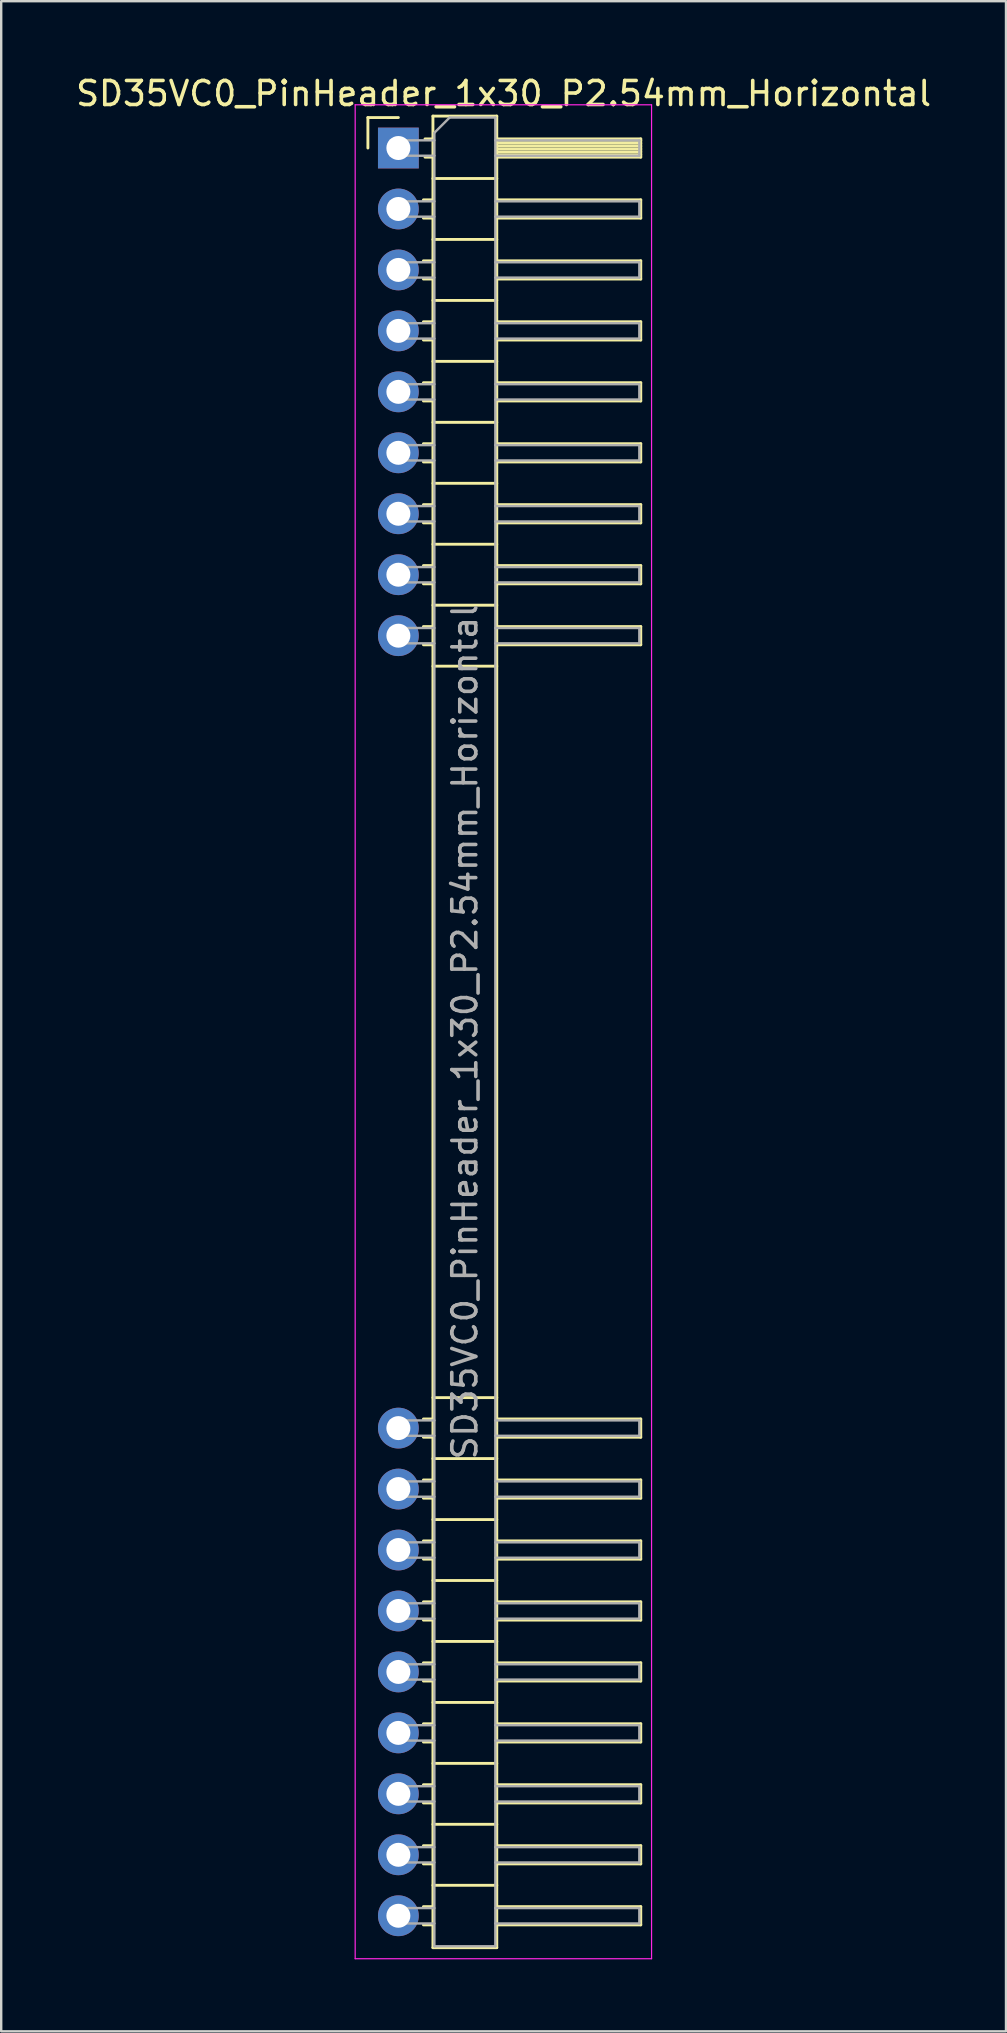
<source format=kicad_pcb>
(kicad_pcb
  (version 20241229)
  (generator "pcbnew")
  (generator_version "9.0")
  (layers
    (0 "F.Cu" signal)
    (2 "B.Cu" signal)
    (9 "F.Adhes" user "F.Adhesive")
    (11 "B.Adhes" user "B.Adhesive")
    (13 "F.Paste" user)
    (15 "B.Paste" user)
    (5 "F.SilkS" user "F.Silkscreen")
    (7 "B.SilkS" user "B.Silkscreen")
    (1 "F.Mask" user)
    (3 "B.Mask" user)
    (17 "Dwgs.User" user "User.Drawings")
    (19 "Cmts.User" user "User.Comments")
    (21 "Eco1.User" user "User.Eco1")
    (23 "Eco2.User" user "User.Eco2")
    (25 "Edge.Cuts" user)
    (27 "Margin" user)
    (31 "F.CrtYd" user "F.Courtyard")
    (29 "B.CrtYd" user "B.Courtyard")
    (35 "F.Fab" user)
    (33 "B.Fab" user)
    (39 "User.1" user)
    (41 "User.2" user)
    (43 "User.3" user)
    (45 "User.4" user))
  (footprint "SD35VC0_PinHeader_1x30_P2.54mm_Horizontal"
    (layer "F.Cu")
    (at 13.55 3.118)
    (property "Reference" "SD35VC0_PinHeader_1x30_P2.54mm_Horizontal" (at 4.385 -2.27 180) (layer "F.SilkS") (effects (font (size 1 1) (thickness 0.15))))
    (attr through_hole)
    (fp_line (start -1.27 -1.27) (end 0 -1.27) (stroke (width 0.12) (type solid)) (layer "F.SilkS"))
    (fp_line (start -1.27 0) (end -1.27 -1.27) (stroke (width 0.12) (type solid)) (layer "F.SilkS"))
    (fp_line (start 1.043 2.16) (end 1.44 2.16) (stroke (width 0.12) (type solid)) (layer "F.SilkS"))
    (fp_line (start 1.043 2.92) (end 1.44 2.92) (stroke (width 0.12) (type solid)) (layer "F.SilkS"))
    (fp_line (start 1.043 4.7) (end 1.44 4.7) (stroke (width 0.12) (type solid)) (layer "F.SilkS"))
    (fp_line (start 1.043 5.46) (end 1.44 5.46) (stroke (width 0.12) (type solid)) (layer "F.SilkS"))
    (fp_line (start 1.043 7.24) (end 1.44 7.24) (stroke (width 0.12) (type solid)) (layer "F.SilkS"))
    (fp_line (start 1.043 8) (end 1.44 8) (stroke (width 0.12) (type solid)) (layer "F.SilkS"))
    (fp_line (start 1.043 9.78) (end 1.44 9.78) (stroke (width 0.12) (type solid)) (layer "F.SilkS"))
    (fp_line (start 1.043 10.54) (end 1.44 10.54) (stroke (width 0.12) (type solid)) (layer "F.SilkS"))
    (fp_line (start 1.043 12.32) (end 1.44 12.32) (stroke (width 0.12) (type solid)) (layer "F.SilkS"))
    (fp_line (start 1.043 13.08) (end 1.44 13.08) (stroke (width 0.12) (type solid)) (layer "F.SilkS"))
    (fp_line (start 1.043 14.86) (end 1.44 14.86) (stroke (width 0.12) (type solid)) (layer "F.SilkS"))
    (fp_line (start 1.043 15.62) (end 1.44 15.62) (stroke (width 0.12) (type solid)) (layer "F.SilkS"))
    (fp_line (start 1.043 17.4) (end 1.44 17.4) (stroke (width 0.12) (type solid)) (layer "F.SilkS"))
    (fp_line (start 1.043 18.16) (end 1.44 18.16) (stroke (width 0.12) (type solid)) (layer "F.SilkS"))
    (fp_line (start 1.043 19.94) (end 1.44 19.94) (stroke (width 0.12) (type solid)) (layer "F.SilkS"))
    (fp_line (start 1.043 20.7) (end 1.44 20.7) (stroke (width 0.12) (type solid)) (layer "F.SilkS"))
    (fp_line (start 1.043 52.96) (end 1.44 52.96) (stroke (width 0.12) (type solid)) (layer "F.SilkS"))
    (fp_line (start 1.043 53.72) (end 1.44 53.72) (stroke (width 0.12) (type solid)) (layer "F.SilkS"))
    (fp_line (start 1.043 55.5) (end 1.44 55.5) (stroke (width 0.12) (type solid)) (layer "F.SilkS"))
    (fp_line (start 1.043 56.26) (end 1.44 56.26) (stroke (width 0.12) (type solid)) (layer "F.SilkS"))
    (fp_line (start 1.043 58.04) (end 1.44 58.04) (stroke (width 0.12) (type solid)) (layer "F.SilkS"))
    (fp_line (start 1.043 58.8) (end 1.44 58.8) (stroke (width 0.12) (type solid)) (layer "F.SilkS"))
    (fp_line (start 1.043 60.58) (end 1.44 60.58) (stroke (width 0.12) (type solid)) (layer "F.SilkS"))
    (fp_line (start 1.043 61.34) (end 1.44 61.34) (stroke (width 0.12) (type solid)) (layer "F.SilkS"))
    (fp_line (start 1.043 63.12) (end 1.44 63.12) (stroke (width 0.12) (type solid)) (layer "F.SilkS"))
    (fp_line (start 1.043 63.88) (end 1.44 63.88) (stroke (width 0.12) (type solid)) (layer "F.SilkS"))
    (fp_line (start 1.043 65.66) (end 1.44 65.66) (stroke (width 0.12) (type solid)) (layer "F.SilkS"))
    (fp_line (start 1.043 66.42) (end 1.44 66.42) (stroke (width 0.12) (type solid)) (layer "F.SilkS"))
    (fp_line (start 1.043 68.2) (end 1.44 68.2) (stroke (width 0.12) (type solid)) (layer "F.SilkS"))
    (fp_line (start 1.043 68.96) (end 1.44 68.96) (stroke (width 0.12) (type solid)) (layer "F.SilkS"))
    (fp_line (start 1.043 70.74) (end 1.44 70.74) (stroke (width 0.12) (type solid)) (layer "F.SilkS"))
    (fp_line (start 1.043 71.5) (end 1.44 71.5) (stroke (width 0.12) (type solid)) (layer "F.SilkS"))
    (fp_line (start 1.043 73.28) (end 1.44 73.28) (stroke (width 0.12) (type solid)) (layer "F.SilkS"))
    (fp_line (start 1.043 74.04) (end 1.44 74.04) (stroke (width 0.12) (type solid)) (layer "F.SilkS"))
    (fp_line (start 1.11 -0.38) (end 1.44 -0.38) (stroke (width 0.12) (type solid)) (layer "F.SilkS"))
    (fp_line (start 1.11 0.38) (end 1.44 0.38) (stroke (width 0.12) (type solid)) (layer "F.SilkS"))
    (fp_line (start 1.44 -1.33) (end 1.44 74.99) (stroke (width 0.12) (type solid)) (layer "F.SilkS"))
    (fp_line (start 1.44 1.27) (end 4.1 1.27) (stroke (width 0.12) (type solid)) (layer "F.SilkS"))
    (fp_line (start 1.44 3.81) (end 4.1 3.81) (stroke (width 0.12) (type solid)) (layer "F.SilkS"))
    (fp_line (start 1.44 6.35) (end 4.1 6.35) (stroke (width 0.12) (type solid)) (layer "F.SilkS"))
    (fp_line (start 1.44 8.89) (end 4.1 8.89) (stroke (width 0.12) (type solid)) (layer "F.SilkS"))
    (fp_line (start 1.44 11.43) (end 4.1 11.43) (stroke (width 0.12) (type solid)) (layer "F.SilkS"))
    (fp_line (start 1.44 13.97) (end 4.1 13.97) (stroke (width 0.12) (type solid)) (layer "F.SilkS"))
    (fp_line (start 1.44 16.51) (end 4.1 16.51) (stroke (width 0.12) (type solid)) (layer "F.SilkS"))
    (fp_line (start 1.44 19.05) (end 4.1 19.05) (stroke (width 0.12) (type solid)) (layer "F.SilkS"))
    (fp_line (start 1.44 21.59) (end 4.1 21.59) (stroke (width 0.12) (type solid)) (layer "F.SilkS"))
    (fp_line (start 1.44 52.07) (end 4.1 52.07) (stroke (width 0.12) (type solid)) (layer "F.SilkS"))
    (fp_line (start 1.44 54.61) (end 4.1 54.61) (stroke (width 0.12) (type solid)) (layer "F.SilkS"))
    (fp_line (start 1.44 57.15) (end 4.1 57.15) (stroke (width 0.12) (type solid)) (layer "F.SilkS"))
    (fp_line (start 1.44 59.69) (end 4.1 59.69) (stroke (width 0.12) (type solid)) (layer "F.SilkS"))
    (fp_line (start 1.44 62.23) (end 4.1 62.23) (stroke (width 0.12) (type solid)) (layer "F.SilkS"))
    (fp_line (start 1.44 64.77) (end 4.1 64.77) (stroke (width 0.12) (type solid)) (layer "F.SilkS"))
    (fp_line (start 1.44 67.31) (end 4.1 67.31) (stroke (width 0.12) (type solid)) (layer "F.SilkS"))
    (fp_line (start 1.44 69.85) (end 4.1 69.85) (stroke (width 0.12) (type solid)) (layer "F.SilkS"))
    (fp_line (start 1.44 72.39) (end 4.1 72.39) (stroke (width 0.12) (type solid)) (layer "F.SilkS"))
    (fp_line (start 1.44 74.99) (end 4.1 74.99) (stroke (width 0.12) (type solid)) (layer "F.SilkS"))
    (fp_line (start 4.1 -1.33) (end 1.44 -1.33) (stroke (width 0.12) (type solid)) (layer "F.SilkS"))
    (fp_line (start 4.1 -0.38) (end 10.1 -0.38) (stroke (width 0.12) (type solid)) (layer "F.SilkS"))
    (fp_line (start 4.1 -0.32) (end 10.1 -0.32) (stroke (width 0.12) (type solid)) (layer "F.SilkS"))
    (fp_line (start 4.1 -0.2) (end 10.1 -0.2) (stroke (width 0.12) (type solid)) (layer "F.SilkS"))
    (fp_line (start 4.1 -0.08) (end 10.1 -0.08) (stroke (width 0.12) (type solid)) (layer "F.SilkS"))
    (fp_line (start 4.1 0.04) (end 10.1 0.04) (stroke (width 0.12) (type solid)) (layer "F.SilkS"))
    (fp_line (start 4.1 0.16) (end 10.1 0.16) (stroke (width 0.12) (type solid)) (layer "F.SilkS"))
    (fp_line (start 4.1 0.28) (end 10.1 0.28) (stroke (width 0.12) (type solid)) (layer "F.SilkS"))
    (fp_line (start 4.1 2.16) (end 10.1 2.16) (stroke (width 0.12) (type solid)) (layer "F.SilkS"))
    (fp_line (start 4.1 4.7) (end 10.1 4.7) (stroke (width 0.12) (type solid)) (layer "F.SilkS"))
    (fp_line (start 4.1 7.24) (end 10.1 7.24) (stroke (width 0.12) (type solid)) (layer "F.SilkS"))
    (fp_line (start 4.1 9.78) (end 10.1 9.78) (stroke (width 0.12) (type solid)) (layer "F.SilkS"))
    (fp_line (start 4.1 12.32) (end 10.1 12.32) (stroke (width 0.12) (type solid)) (layer "F.SilkS"))
    (fp_line (start 4.1 14.86) (end 10.1 14.86) (stroke (width 0.12) (type solid)) (layer "F.SilkS"))
    (fp_line (start 4.1 17.4) (end 10.1 17.4) (stroke (width 0.12) (type solid)) (layer "F.SilkS"))
    (fp_line (start 4.1 19.94) (end 10.1 19.94) (stroke (width 0.12) (type solid)) (layer "F.SilkS"))
    (fp_line (start 4.1 52.96) (end 10.1 52.96) (stroke (width 0.12) (type solid)) (layer "F.SilkS"))
    (fp_line (start 4.1 55.5) (end 10.1 55.5) (stroke (width 0.12) (type solid)) (layer "F.SilkS"))
    (fp_line (start 4.1 58.04) (end 10.1 58.04) (stroke (width 0.12) (type solid)) (layer "F.SilkS"))
    (fp_line (start 4.1 60.58) (end 10.1 60.58) (stroke (width 0.12) (type solid)) (layer "F.SilkS"))
    (fp_line (start 4.1 63.12) (end 10.1 63.12) (stroke (width 0.12) (type solid)) (layer "F.SilkS"))
    (fp_line (start 4.1 65.66) (end 10.1 65.66) (stroke (width 0.12) (type solid)) (layer "F.SilkS"))
    (fp_line (start 4.1 68.2) (end 10.1 68.2) (stroke (width 0.12) (type solid)) (layer "F.SilkS"))
    (fp_line (start 4.1 70.74) (end 10.1 70.74) (stroke (width 0.12) (type solid)) (layer "F.SilkS"))
    (fp_line (start 4.1 73.28) (end 10.1 73.28) (stroke (width 0.12) (type solid)) (layer "F.SilkS"))
    (fp_line (start 4.1 74.99) (end 4.1 -1.33) (stroke (width 0.12) (type solid)) (layer "F.SilkS"))
    (fp_line (start 10.1 -0.38) (end 10.1 0.38) (stroke (width 0.12) (type solid)) (layer "F.SilkS"))
    (fp_line (start 10.1 0.38) (end 4.1 0.38) (stroke (width 0.12) (type solid)) (layer "F.SilkS"))
    (fp_line (start 10.1 2.16) (end 10.1 2.92) (stroke (width 0.12) (type solid)) (layer "F.SilkS"))
    (fp_line (start 10.1 2.92) (end 4.1 2.92) (stroke (width 0.12) (type solid)) (layer "F.SilkS"))
    (fp_line (start 10.1 4.7) (end 10.1 5.46) (stroke (width 0.12) (type solid)) (layer "F.SilkS"))
    (fp_line (start 10.1 5.46) (end 4.1 5.46) (stroke (width 0.12) (type solid)) (layer "F.SilkS"))
    (fp_line (start 10.1 7.24) (end 10.1 8) (stroke (width 0.12) (type solid)) (layer "F.SilkS"))
    (fp_line (start 10.1 8) (end 4.1 8) (stroke (width 0.12) (type solid)) (layer "F.SilkS"))
    (fp_line (start 10.1 9.78) (end 10.1 10.54) (stroke (width 0.12) (type solid)) (layer "F.SilkS"))
    (fp_line (start 10.1 10.54) (end 4.1 10.54) (stroke (width 0.12) (type solid)) (layer "F.SilkS"))
    (fp_line (start 10.1 12.32) (end 10.1 13.08) (stroke (width 0.12) (type solid)) (layer "F.SilkS"))
    (fp_line (start 10.1 13.08) (end 4.1 13.08) (stroke (width 0.12) (type solid)) (layer "F.SilkS"))
    (fp_line (start 10.1 14.86) (end 10.1 15.62) (stroke (width 0.12) (type solid)) (layer "F.SilkS"))
    (fp_line (start 10.1 15.62) (end 4.1 15.62) (stroke (width 0.12) (type solid)) (layer "F.SilkS"))
    (fp_line (start 10.1 17.4) (end 10.1 18.16) (stroke (width 0.12) (type solid)) (layer "F.SilkS"))
    (fp_line (start 10.1 18.16) (end 4.1 18.16) (stroke (width 0.12) (type solid)) (layer "F.SilkS"))
    (fp_line (start 10.1 19.94) (end 10.1 20.7) (stroke (width 0.12) (type solid)) (layer "F.SilkS"))
    (fp_line (start 10.1 20.7) (end 4.1 20.7) (stroke (width 0.12) (type solid)) (layer "F.SilkS"))
    (fp_line (start 10.1 52.96) (end 10.1 53.72) (stroke (width 0.12) (type solid)) (layer "F.SilkS"))
    (fp_line (start 10.1 53.72) (end 4.1 53.72) (stroke (width 0.12) (type solid)) (layer "F.SilkS"))
    (fp_line (start 10.1 55.5) (end 10.1 56.26) (stroke (width 0.12) (type solid)) (layer "F.SilkS"))
    (fp_line (start 10.1 56.26) (end 4.1 56.26) (stroke (width 0.12) (type solid)) (layer "F.SilkS"))
    (fp_line (start 10.1 58.04) (end 10.1 58.8) (stroke (width 0.12) (type solid)) (layer "F.SilkS"))
    (fp_line (start 10.1 58.8) (end 4.1 58.8) (stroke (width 0.12) (type solid)) (layer "F.SilkS"))
    (fp_line (start 10.1 60.58) (end 10.1 61.34) (stroke (width 0.12) (type solid)) (layer "F.SilkS"))
    (fp_line (start 10.1 61.34) (end 4.1 61.34) (stroke (width 0.12) (type solid)) (layer "F.SilkS"))
    (fp_line (start 10.1 63.12) (end 10.1 63.88) (stroke (width 0.12) (type solid)) (layer "F.SilkS"))
    (fp_line (start 10.1 63.88) (end 4.1 63.88) (stroke (width 0.12) (type solid)) (layer "F.SilkS"))
    (fp_line (start 10.1 65.66) (end 10.1 66.42) (stroke (width 0.12) (type solid)) (layer "F.SilkS"))
    (fp_line (start 10.1 66.42) (end 4.1 66.42) (stroke (width 0.12) (type solid)) (layer "F.SilkS"))
    (fp_line (start 10.1 68.2) (end 10.1 68.96) (stroke (width 0.12) (type solid)) (layer "F.SilkS"))
    (fp_line (start 10.1 68.96) (end 4.1 68.96) (stroke (width 0.12) (type solid)) (layer "F.SilkS"))
    (fp_line (start 10.1 70.74) (end 10.1 71.5) (stroke (width 0.12) (type solid)) (layer "F.SilkS"))
    (fp_line (start 10.1 71.5) (end 4.1 71.5) (stroke (width 0.12) (type solid)) (layer "F.SilkS"))
    (fp_line (start 10.1 73.28) (end 10.1 74.04) (stroke (width 0.12) (type solid)) (layer "F.SilkS"))
    (fp_line (start 10.1 74.04) (end 4.1 74.04) (stroke (width 0.12) (type solid)) (layer "F.SilkS"))
    (fp_line (start -1.8 -1.8) (end -1.8 75.45) (stroke (width 0.05) (type solid)) (layer "F.CrtYd"))
    (fp_line (start -1.8 75.45) (end 10.55 75.45) (stroke (width 0.05) (type solid)) (layer "F.CrtYd"))
    (fp_line (start 10.55 -1.8) (end -1.8 -1.8) (stroke (width 0.05) (type solid)) (layer "F.CrtYd"))
    (fp_line (start 10.55 75.45) (end 10.55 -1.8) (stroke (width 0.05) (type solid)) (layer "F.CrtYd"))
    (fp_line (start -0.32 -0.32) (end -0.32 0.32) (stroke (width 0.1) (type solid)) (layer "F.Fab"))
    (fp_line (start -0.32 -0.32) (end 1.5 -0.32) (stroke (width 0.1) (type solid)) (layer "F.Fab"))
    (fp_line (start -0.32 0.32) (end 1.5 0.32) (stroke (width 0.1) (type solid)) (layer "F.Fab"))
    (fp_line (start -0.32 2.22) (end -0.32 2.86) (stroke (width 0.1) (type solid)) (layer "F.Fab"))
    (fp_line (start -0.32 2.22) (end 1.5 2.22) (stroke (width 0.1) (type solid)) (layer "F.Fab"))
    (fp_line (start -0.32 2.86) (end 1.5 2.86) (stroke (width 0.1) (type solid)) (layer "F.Fab"))
    (fp_line (start -0.32 4.76) (end -0.32 5.4) (stroke (width 0.1) (type solid)) (layer "F.Fab"))
    (fp_line (start -0.32 4.76) (end 1.5 4.76) (stroke (width 0.1) (type solid)) (layer "F.Fab"))
    (fp_line (start -0.32 5.4) (end 1.5 5.4) (stroke (width 0.1) (type solid)) (layer "F.Fab"))
    (fp_line (start -0.32 7.3) (end -0.32 7.94) (stroke (width 0.1) (type solid)) (layer "F.Fab"))
    (fp_line (start -0.32 7.3) (end 1.5 7.3) (stroke (width 0.1) (type solid)) (layer "F.Fab"))
    (fp_line (start -0.32 7.94) (end 1.5 7.94) (stroke (width 0.1) (type solid)) (layer "F.Fab"))
    (fp_line (start -0.32 9.84) (end -0.32 10.48) (stroke (width 0.1) (type solid)) (layer "F.Fab"))
    (fp_line (start -0.32 9.84) (end 1.5 9.84) (stroke (width 0.1) (type solid)) (layer "F.Fab"))
    (fp_line (start -0.32 10.48) (end 1.5 10.48) (stroke (width 0.1) (type solid)) (layer "F.Fab"))
    (fp_line (start -0.32 12.38) (end -0.32 13.02) (stroke (width 0.1) (type solid)) (layer "F.Fab"))
    (fp_line (start -0.32 12.38) (end 1.5 12.38) (stroke (width 0.1) (type solid)) (layer "F.Fab"))
    (fp_line (start -0.32 13.02) (end 1.5 13.02) (stroke (width 0.1) (type solid)) (layer "F.Fab"))
    (fp_line (start -0.32 14.92) (end -0.32 15.56) (stroke (width 0.1) (type solid)) (layer "F.Fab"))
    (fp_line (start -0.32 14.92) (end 1.5 14.92) (stroke (width 0.1) (type solid)) (layer "F.Fab"))
    (fp_line (start -0.32 15.56) (end 1.5 15.56) (stroke (width 0.1) (type solid)) (layer "F.Fab"))
    (fp_line (start -0.32 17.46) (end -0.32 18.1) (stroke (width 0.1) (type solid)) (layer "F.Fab"))
    (fp_line (start -0.32 17.46) (end 1.5 17.46) (stroke (width 0.1) (type solid)) (layer "F.Fab"))
    (fp_line (start -0.32 18.1) (end 1.5 18.1) (stroke (width 0.1) (type solid)) (layer "F.Fab"))
    (fp_line (start -0.32 20) (end -0.32 20.64) (stroke (width 0.1) (type solid)) (layer "F.Fab"))
    (fp_line (start -0.32 20) (end 1.5 20) (stroke (width 0.1) (type solid)) (layer "F.Fab"))
    (fp_line (start -0.32 20.64) (end 1.5 20.64) (stroke (width 0.1) (type solid)) (layer "F.Fab"))
    (fp_line (start -0.32 53.02) (end -0.32 53.66) (stroke (width 0.1) (type solid)) (layer "F.Fab"))
    (fp_line (start -0.32 53.02) (end 1.5 53.02) (stroke (width 0.1) (type solid)) (layer "F.Fab"))
    (fp_line (start -0.32 53.66) (end 1.5 53.66) (stroke (width 0.1) (type solid)) (layer "F.Fab"))
    (fp_line (start -0.32 55.56) (end -0.32 56.2) (stroke (width 0.1) (type solid)) (layer "F.Fab"))
    (fp_line (start -0.32 55.56) (end 1.5 55.56) (stroke (width 0.1) (type solid)) (layer "F.Fab"))
    (fp_line (start -0.32 56.2) (end 1.5 56.2) (stroke (width 0.1) (type solid)) (layer "F.Fab"))
    (fp_line (start -0.32 58.1) (end -0.32 58.74) (stroke (width 0.1) (type solid)) (layer "F.Fab"))
    (fp_line (start -0.32 58.1) (end 1.5 58.1) (stroke (width 0.1) (type solid)) (layer "F.Fab"))
    (fp_line (start -0.32 58.74) (end 1.5 58.74) (stroke (width 0.1) (type solid)) (layer "F.Fab"))
    (fp_line (start -0.32 60.64) (end -0.32 61.28) (stroke (width 0.1) (type solid)) (layer "F.Fab"))
    (fp_line (start -0.32 60.64) (end 1.5 60.64) (stroke (width 0.1) (type solid)) (layer "F.Fab"))
    (fp_line (start -0.32 61.28) (end 1.5 61.28) (stroke (width 0.1) (type solid)) (layer "F.Fab"))
    (fp_line (start -0.32 63.18) (end -0.32 63.82) (stroke (width 0.1) (type solid)) (layer "F.Fab"))
    (fp_line (start -0.32 63.18) (end 1.5 63.18) (stroke (width 0.1) (type solid)) (layer "F.Fab"))
    (fp_line (start -0.32 63.82) (end 1.5 63.82) (stroke (width 0.1) (type solid)) (layer "F.Fab"))
    (fp_line (start -0.32 65.72) (end -0.32 66.36) (stroke (width 0.1) (type solid)) (layer "F.Fab"))
    (fp_line (start -0.32 65.72) (end 1.5 65.72) (stroke (width 0.1) (type solid)) (layer "F.Fab"))
    (fp_line (start -0.32 66.36) (end 1.5 66.36) (stroke (width 0.1) (type solid)) (layer "F.Fab"))
    (fp_line (start -0.32 68.26) (end -0.32 68.9) (stroke (width 0.1) (type solid)) (layer "F.Fab"))
    (fp_line (start -0.32 68.26) (end 1.5 68.26) (stroke (width 0.1) (type solid)) (layer "F.Fab"))
    (fp_line (start -0.32 68.9) (end 1.5 68.9) (stroke (width 0.1) (type solid)) (layer "F.Fab"))
    (fp_line (start -0.32 70.8) (end -0.32 71.44) (stroke (width 0.1) (type solid)) (layer "F.Fab"))
    (fp_line (start -0.32 70.8) (end 1.5 70.8) (stroke (width 0.1) (type solid)) (layer "F.Fab"))
    (fp_line (start -0.32 71.44) (end 1.5 71.44) (stroke (width 0.1) (type solid)) (layer "F.Fab"))
    (fp_line (start -0.32 73.34) (end -0.32 73.98) (stroke (width 0.1) (type solid)) (layer "F.Fab"))
    (fp_line (start -0.32 73.34) (end 1.5 73.34) (stroke (width 0.1) (type solid)) (layer "F.Fab"))
    (fp_line (start -0.32 73.98) (end 1.5 73.98) (stroke (width 0.1) (type solid)) (layer "F.Fab"))
    (fp_line (start 1.5 -0.635) (end 2.135 -1.27) (stroke (width 0.1) (type solid)) (layer "F.Fab"))
    (fp_line (start 1.5 74.93) (end 1.5 -0.635) (stroke (width 0.1) (type solid)) (layer "F.Fab"))
    (fp_line (start 2.135 -1.27) (end 4.04 -1.27) (stroke (width 0.1) (type solid)) (layer "F.Fab"))
    (fp_line (start 4.04 -1.27) (end 4.04 74.93) (stroke (width 0.1) (type solid)) (layer "F.Fab"))
    (fp_line (start 4.04 -0.32) (end 10.04 -0.32) (stroke (width 0.1) (type solid)) (layer "F.Fab"))
    (fp_line (start 4.04 0.32) (end 10.04 0.32) (stroke (width 0.1) (type solid)) (layer "F.Fab"))
    (fp_line (start 4.04 2.22) (end 10.04 2.22) (stroke (width 0.1) (type solid)) (layer "F.Fab"))
    (fp_line (start 4.04 2.86) (end 10.04 2.86) (stroke (width 0.1) (type solid)) (layer "F.Fab"))
    (fp_line (start 4.04 4.76) (end 10.04 4.76) (stroke (width 0.1) (type solid)) (layer "F.Fab"))
    (fp_line (start 4.04 5.4) (end 10.04 5.4) (stroke (width 0.1) (type solid)) (layer "F.Fab"))
    (fp_line (start 4.04 7.3) (end 10.04 7.3) (stroke (width 0.1) (type solid)) (layer "F.Fab"))
    (fp_line (start 4.04 7.94) (end 10.04 7.94) (stroke (width 0.1) (type solid)) (layer "F.Fab"))
    (fp_line (start 4.04 9.84) (end 10.04 9.84) (stroke (width 0.1) (type solid)) (layer "F.Fab"))
    (fp_line (start 4.04 10.48) (end 10.04 10.48) (stroke (width 0.1) (type solid)) (layer "F.Fab"))
    (fp_line (start 4.04 12.38) (end 10.04 12.38) (stroke (width 0.1) (type solid)) (layer "F.Fab"))
    (fp_line (start 4.04 13.02) (end 10.04 13.02) (stroke (width 0.1) (type solid)) (layer "F.Fab"))
    (fp_line (start 4.04 14.92) (end 10.04 14.92) (stroke (width 0.1) (type solid)) (layer "F.Fab"))
    (fp_line (start 4.04 15.56) (end 10.04 15.56) (stroke (width 0.1) (type solid)) (layer "F.Fab"))
    (fp_line (start 4.04 17.46) (end 10.04 17.46) (stroke (width 0.1) (type solid)) (layer "F.Fab"))
    (fp_line (start 4.04 18.1) (end 10.04 18.1) (stroke (width 0.1) (type solid)) (layer "F.Fab"))
    (fp_line (start 4.04 20) (end 10.04 20) (stroke (width 0.1) (type solid)) (layer "F.Fab"))
    (fp_line (start 4.04 20.64) (end 10.04 20.64) (stroke (width 0.1) (type solid)) (layer "F.Fab"))
    (fp_line (start 4.04 53.02) (end 10.04 53.02) (stroke (width 0.1) (type solid)) (layer "F.Fab"))
    (fp_line (start 4.04 53.66) (end 10.04 53.66) (stroke (width 0.1) (type solid)) (layer "F.Fab"))
    (fp_line (start 4.04 55.56) (end 10.04 55.56) (stroke (width 0.1) (type solid)) (layer "F.Fab"))
    (fp_line (start 4.04 56.2) (end 10.04 56.2) (stroke (width 0.1) (type solid)) (layer "F.Fab"))
    (fp_line (start 4.04 58.1) (end 10.04 58.1) (stroke (width 0.1) (type solid)) (layer "F.Fab"))
    (fp_line (start 4.04 58.74) (end 10.04 58.74) (stroke (width 0.1) (type solid)) (layer "F.Fab"))
    (fp_line (start 4.04 60.64) (end 10.04 60.64) (stroke (width 0.1) (type solid)) (layer "F.Fab"))
    (fp_line (start 4.04 61.28) (end 10.04 61.28) (stroke (width 0.1) (type solid)) (layer "F.Fab"))
    (fp_line (start 4.04 63.18) (end 10.04 63.18) (stroke (width 0.1) (type solid)) (layer "F.Fab"))
    (fp_line (start 4.04 63.82) (end 10.04 63.82) (stroke (width 0.1) (type solid)) (layer "F.Fab"))
    (fp_line (start 4.04 65.72) (end 10.04 65.72) (stroke (width 0.1) (type solid)) (layer "F.Fab"))
    (fp_line (start 4.04 66.36) (end 10.04 66.36) (stroke (width 0.1) (type solid)) (layer "F.Fab"))
    (fp_line (start 4.04 68.26) (end 10.04 68.26) (stroke (width 0.1) (type solid)) (layer "F.Fab"))
    (fp_line (start 4.04 68.9) (end 10.04 68.9) (stroke (width 0.1) (type solid)) (layer "F.Fab"))
    (fp_line (start 4.04 70.8) (end 10.04 70.8) (stroke (width 0.1) (type solid)) (layer "F.Fab"))
    (fp_line (start 4.04 71.44) (end 10.04 71.44) (stroke (width 0.1) (type solid)) (layer "F.Fab"))
    (fp_line (start 4.04 73.34) (end 10.04 73.34) (stroke (width 0.1) (type solid)) (layer "F.Fab"))
    (fp_line (start 4.04 73.98) (end 10.04 73.98) (stroke (width 0.1) (type solid)) (layer "F.Fab"))
    (fp_line (start 4.04 74.93) (end 1.5 74.93) (stroke (width 0.1) (type solid)) (layer "F.Fab"))
    (fp_line (start 10.04 -0.32) (end 10.04 0.32) (stroke (width 0.1) (type solid)) (layer "F.Fab"))
    (fp_line (start 10.04 2.22) (end 10.04 2.86) (stroke (width 0.1) (type solid)) (layer "F.Fab"))
    (fp_line (start 10.04 4.76) (end 10.04 5.4) (stroke (width 0.1) (type solid)) (layer "F.Fab"))
    (fp_line (start 10.04 7.3) (end 10.04 7.94) (stroke (width 0.1) (type solid)) (layer "F.Fab"))
    (fp_line (start 10.04 9.84) (end 10.04 10.48) (stroke (width 0.1) (type solid)) (layer "F.Fab"))
    (fp_line (start 10.04 12.38) (end 10.04 13.02) (stroke (width 0.1) (type solid)) (layer "F.Fab"))
    (fp_line (start 10.04 14.92) (end 10.04 15.56) (stroke (width 0.1) (type solid)) (layer "F.Fab"))
    (fp_line (start 10.04 17.46) (end 10.04 18.1) (stroke (width 0.1) (type solid)) (layer "F.Fab"))
    (fp_line (start 10.04 20) (end 10.04 20.64) (stroke (width 0.1) (type solid)) (layer "F.Fab"))
    (fp_line (start 10.04 53.02) (end 10.04 53.66) (stroke (width 0.1) (type solid)) (layer "F.Fab"))
    (fp_line (start 10.04 55.56) (end 10.04 56.2) (stroke (width 0.1) (type solid)) (layer "F.Fab"))
    (fp_line (start 10.04 58.1) (end 10.04 58.74) (stroke (width 0.1) (type solid)) (layer "F.Fab"))
    (fp_line (start 10.04 60.64) (end 10.04 61.28) (stroke (width 0.1) (type solid)) (layer "F.Fab"))
    (fp_line (start 10.04 63.18) (end 10.04 63.82) (stroke (width 0.1) (type solid)) (layer "F.Fab"))
    (fp_line (start 10.04 65.72) (end 10.04 66.36) (stroke (width 0.1) (type solid)) (layer "F.Fab"))
    (fp_line (start 10.04 68.26) (end 10.04 68.9) (stroke (width 0.1) (type solid)) (layer "F.Fab"))
    (fp_line (start 10.04 70.8) (end 10.04 71.44) (stroke (width 0.1) (type solid)) (layer "F.Fab"))
    (fp_line (start 10.04 73.34) (end 10.04 73.98) (stroke (width 0.1) (type solid)) (layer "F.Fab"))
    (fp_text user "${REFERENCE}" (at 2.77 36.83 90) (layer "F.Fab") (effects (font (size 1 1) (thickness 0.15))))
    (pad "1" thru_hole rect (at 0 0) (size 1.7 1.7) (drill 1) (layers "*.Cu" "*.Mask"))
    (pad "2" thru_hole oval (at 0 2.54) (size 1.7 1.7) (drill 1) (layers "*.Cu" "*.Mask"))
    (pad "3" thru_hole oval (at 0 5.08) (size 1.7 1.7) (drill 1) (layers "*.Cu" "*.Mask"))
    (pad "4" thru_hole oval (at 0 7.62) (size 1.7 1.7) (drill 1) (layers "*.Cu" "*.Mask"))
    (pad "5" thru_hole oval (at 0 10.16) (size 1.7 1.7) (drill 1) (layers "*.Cu" "*.Mask"))
    (pad "6" thru_hole oval (at 0 12.7) (size 1.7 1.7) (drill 1) (layers "*.Cu" "*.Mask"))
    (pad "7" thru_hole oval (at 0 15.24) (size 1.7 1.7) (drill 1) (layers "*.Cu" "*.Mask"))
    (pad "8" thru_hole oval (at 0 17.78) (size 1.7 1.7) (drill 1) (layers "*.Cu" "*.Mask"))
    (pad "9" thru_hole oval (at 0 20.32) (size 1.7 1.7) (drill 1) (layers "*.Cu" "*.Mask"))
    (pad "22" thru_hole oval (at 0 53.34) (size 1.7 1.7) (drill 1) (layers "*.Cu" "*.Mask"))
    (pad "23" thru_hole oval (at 0 55.88) (size 1.7 1.7) (drill 1) (layers "*.Cu" "*.Mask"))
    (pad "24" thru_hole oval (at 0 58.42) (size 1.7 1.7) (drill 1) (layers "*.Cu" "*.Mask"))
    (pad "25" thru_hole oval (at 0 60.96) (size 1.7 1.7) (drill 1) (layers "*.Cu" "*.Mask"))
    (pad "26" thru_hole oval (at 0 63.5) (size 1.7 1.7) (drill 1) (layers "*.Cu" "*.Mask"))
    (pad "27" thru_hole oval (at 0 66.04) (size 1.7 1.7) (drill 1) (layers "*.Cu" "*.Mask"))
    (pad "28" thru_hole oval (at 0 68.58) (size 1.7 1.7) (drill 1) (layers "*.Cu" "*.Mask"))
    (pad "29" thru_hole oval (at 0 71.12) (size 1.7 1.7) (drill 1) (layers "*.Cu" "*.Mask"))
    (pad "30" thru_hole oval (at 0 73.66) (size 1.7 1.7) (drill 1) (layers "*.Cu" "*.Mask")))
  (gr_rect
    (start -3 -3)
    (end 38.869 81.593)
    (stroke (width 0.1) (type default))
    (fill no)
    (layer "Edge.Cuts")))
</source>
